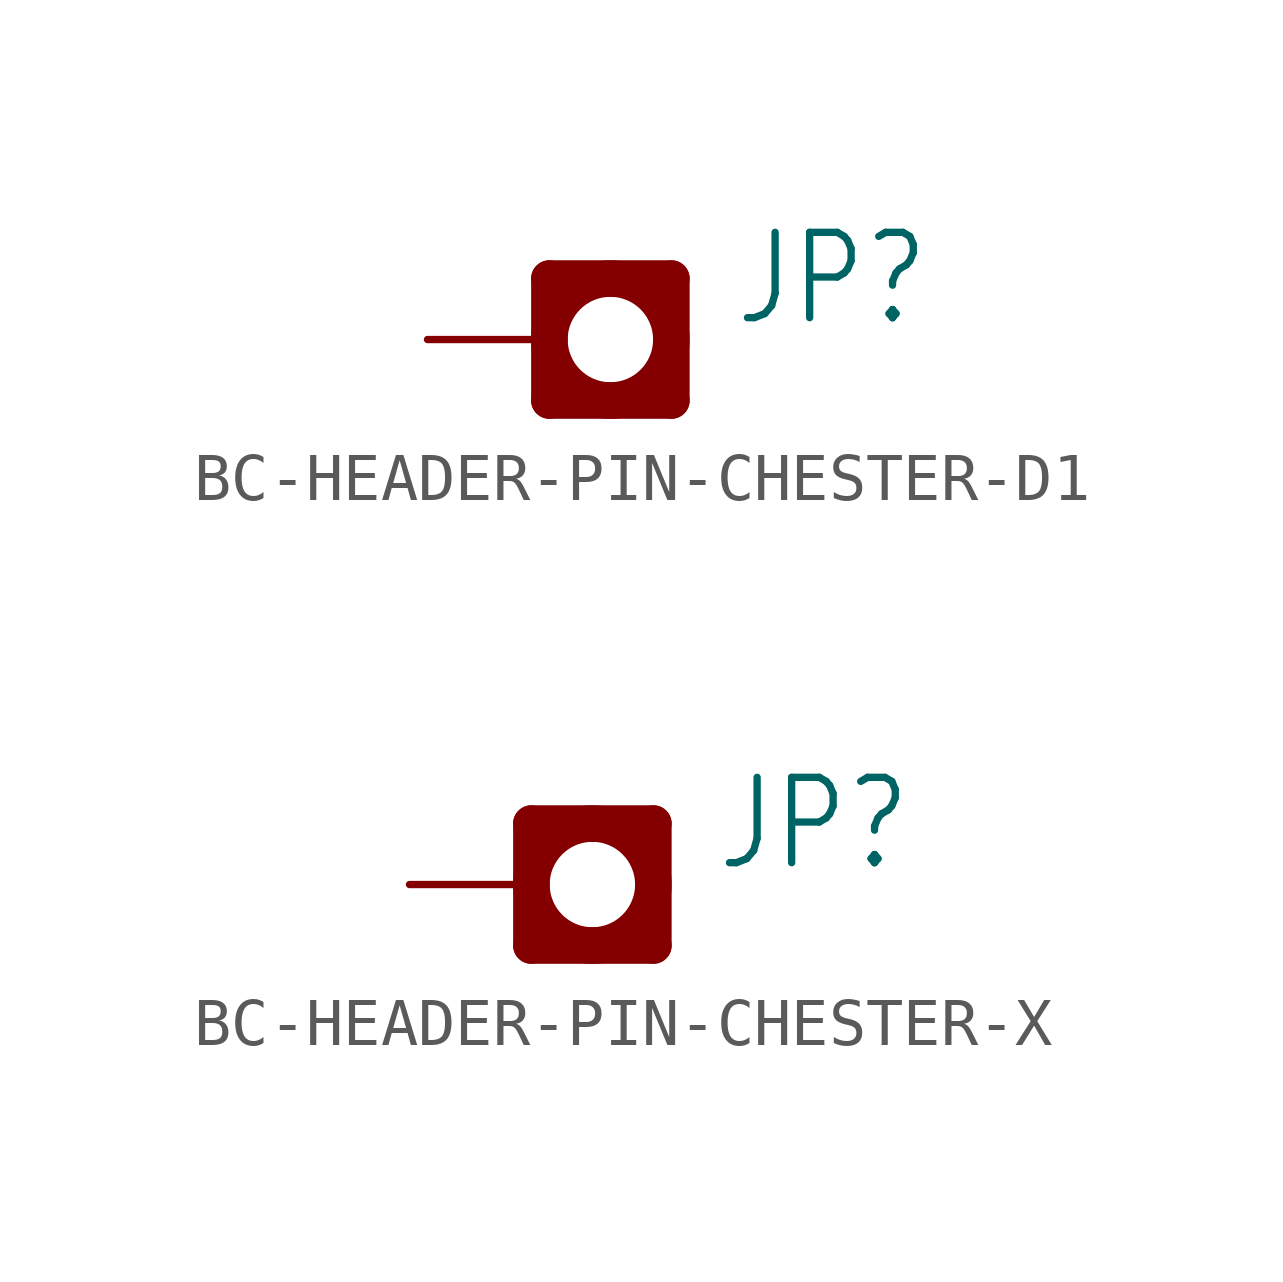
<source format=kicad_sym>
(kicad_symbol_lib
  (version 20231120)
  (generator "kicad_symbol_editor")
  (generator_version "8.0")
  (symbol "BC-HEADER-PIN-CHESTER-D1"
    (property "Reference" "JP"
      (at 6.35 1.27 0)
      (effects (font (size 1.778 1.511)) (justify left)))
    (property "Value" ""
      (at 6.35 -1.27 0)
      (effects (font (size 1.778 1.511)) (justify left)))
    (property "ki_locked" ""
      (at 0 0 0)
      (effects (font (size 1.27 1.27))))
    (symbol "BC-HEADER-PIN-CHESTER-D1_1_0"
      (polyline (pts (xy 2.54 -1.27) (xy 2.54 1.27)) (stroke (width 0.762) (type solid)) (fill (type none)))
      (polyline (pts (xy 2.54 1.27) (xy 5.08 1.27)) (stroke (width 0.762) (type solid)) (fill (type none)))
      (polyline (pts (xy 5.08 -1.27) (xy 2.54 -1.27)) (stroke (width 0.762) (type solid)) (fill (type none)))
      (polyline (pts (xy 5.08 1.27) (xy 5.08 -1.27)) (stroke (width 0.762) (type solid)) (fill (type none)))
      (circle (center 3.81 0) (radius 1.27) (stroke (width 0.762) (type solid)) (fill (type none)))
      (pin passive line (at 0 0 0) (length 2.54) (name "0" (effects (font (size 0 0)))) (number "0" (effects (font (size 0 0)))))))
  (symbol "BC-HEADER-PIN-CHESTER-X"
    (property "Reference" "JP"
      (at 6.35 1.27 0)
      (effects (font (size 1.778 1.511)) (justify left)))
    (property "Value" ""
      (at 6.35 -1.27 0)
      (effects (font (size 1.778 1.511)) (justify left)))
    (property "ki_locked" ""
      (at 0 0 0)
      (effects (font (size 1.27 1.27))))
    (symbol "BC-HEADER-PIN-CHESTER-X_1_0"
      (polyline (pts (xy 2.54 -1.27) (xy 2.54 1.27)) (stroke (width 0.762) (type solid)) (fill (type none)))
      (polyline (pts (xy 2.54 1.27) (xy 5.08 1.27)) (stroke (width 0.762) (type solid)) (fill (type none)))
      (polyline (pts (xy 5.08 -1.27) (xy 2.54 -1.27)) (stroke (width 0.762) (type solid)) (fill (type none)))
      (polyline (pts (xy 5.08 1.27) (xy 5.08 -1.27)) (stroke (width 0.762) (type solid)) (fill (type none)))
      (circle (center 3.81 0) (radius 1.27) (stroke (width 0.762) (type solid)) (fill (type none)))
      (pin passive line (at 0 0 0) (length 2.54) (name "0" (effects (font (size 0 0)))) (number "0" (effects (font (size 0 0))))))))
</source>
